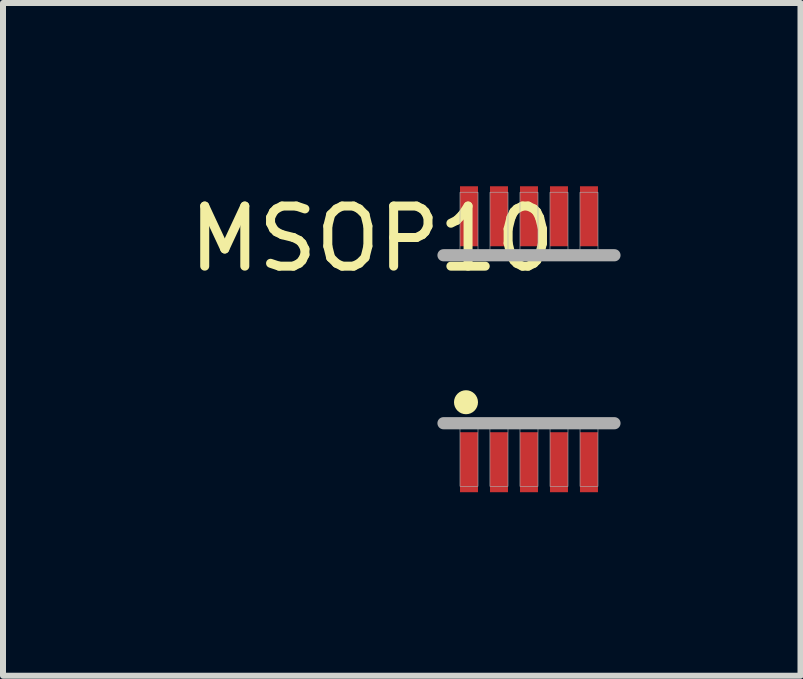
<source format=kicad_pcb>
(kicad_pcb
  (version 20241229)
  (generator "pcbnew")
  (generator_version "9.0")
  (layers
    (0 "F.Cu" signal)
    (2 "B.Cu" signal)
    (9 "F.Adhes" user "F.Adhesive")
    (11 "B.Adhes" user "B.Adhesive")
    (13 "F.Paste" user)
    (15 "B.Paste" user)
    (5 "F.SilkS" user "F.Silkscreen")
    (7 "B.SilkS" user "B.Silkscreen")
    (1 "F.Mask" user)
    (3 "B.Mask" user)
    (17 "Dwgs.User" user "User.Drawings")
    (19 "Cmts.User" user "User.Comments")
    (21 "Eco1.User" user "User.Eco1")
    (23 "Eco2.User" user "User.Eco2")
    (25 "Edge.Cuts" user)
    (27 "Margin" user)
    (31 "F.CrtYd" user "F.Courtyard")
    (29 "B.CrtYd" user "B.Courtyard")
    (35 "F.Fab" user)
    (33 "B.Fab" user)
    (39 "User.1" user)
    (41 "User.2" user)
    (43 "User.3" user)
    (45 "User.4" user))
  (footprint "MSOP10"
    (layer "F.Cu")
    (at 5.768 2.605)
    (property "Reference" "MSOP10" (at -2.614 -1.674 180) (layer "F.SilkS") (effects (font (size 1.002 1.002) (thickness 0.15))))
    (attr smd)
    (fp_poly (pts (xy -1.202 -2.6) (xy -0.8 -2.6) (xy -0.8 -1.502) (xy -1.202 -1.502)) (stroke (width 0.01) (type solid)) (fill yes) (layer "F.Mask"))
    (fp_poly (pts (xy -1.201 1.5) (xy -0.8 1.5) (xy -0.8 2.603) (xy -1.201 2.603)) (stroke (width 0.01) (type solid)) (fill yes) (layer "F.Mask"))
    (fp_poly (pts (xy -0.701 1.5) (xy -0.3 1.5) (xy -0.3 2.604) (xy -0.701 2.604)) (stroke (width 0.01) (type solid)) (fill yes) (layer "F.Mask"))
    (fp_poly (pts (xy -0.7 -2.6) (xy -0.3 -2.6) (xy -0.3 -1.501) (xy -0.7 -1.501)) (stroke (width 0.01) (type solid)) (fill yes) (layer "F.Mask"))
    (fp_poly (pts (xy -0.2 1.5) (xy 0.2 1.5) (xy 0.2 2.604) (xy -0.2 2.604)) (stroke (width 0.01) (type solid)) (fill yes) (layer "F.Mask"))
    (fp_poly (pts (xy -0.2 -2.6) (xy 0.2 -2.6) (xy 0.2 -1.502) (xy -0.2 -1.502)) (stroke (width 0.01) (type solid)) (fill yes) (layer "F.Mask"))
    (fp_poly (pts (xy 0.3 -2.6) (xy 0.7 -2.6) (xy 0.7 -1.5) (xy 0.3 -1.5)) (stroke (width 0.01) (type solid)) (fill yes) (layer "F.Mask"))
    (fp_poly (pts (xy 0.3 1.5) (xy 0.7 1.5) (xy 0.7 2.604) (xy 0.3 2.604)) (stroke (width 0.01) (type solid)) (fill yes) (layer "F.Mask"))
    (fp_poly (pts (xy 0.8 -2.6) (xy 1.2 -2.6) (xy 1.2 -1.501) (xy 0.8 -1.501)) (stroke (width 0.01) (type solid)) (fill yes) (layer "F.Mask"))
    (fp_poly (pts (xy 0.8 1.5) (xy 1.2 1.5) (xy 1.2 2.602) (xy 0.8 2.602)) (stroke (width 0.01) (type solid)) (fill yes) (layer "F.Mask"))
    (fp_circle (center -1.05 1.05) (end -0.85 1.05) (stroke (width 0) (type solid)) (fill yes) (layer "F.SilkS"))
    (fp_poly (pts (xy -1.127 1.625) (xy -0.875 1.625) (xy -0.875 2.504) (xy -1.127 2.504)) (stroke (width 0.01) (type solid)) (fill yes) (layer "F.Paste"))
    (fp_poly (pts (xy -1.125 -2.5) (xy -0.875 -2.5) (xy -0.875 -1.626) (xy -1.125 -1.626)) (stroke (width 0.01) (type solid)) (fill yes) (layer "F.Paste"))
    (fp_poly (pts (xy -0.625 1.625) (xy -0.375 1.625) (xy -0.375 2.502) (xy -0.625 2.502)) (stroke (width 0.01) (type solid)) (fill yes) (layer "F.Paste"))
    (fp_poly (pts (xy -0.625 -2.5) (xy -0.375 -2.5) (xy -0.375 -1.625) (xy -0.625 -1.625)) (stroke (width 0.01) (type solid)) (fill yes) (layer "F.Paste"))
    (fp_poly (pts (xy -0.125 -2.5) (xy 0.125 -2.5) (xy 0.125 -1.626) (xy -0.125 -1.626)) (stroke (width 0.01) (type solid)) (fill yes) (layer "F.Paste"))
    (fp_poly (pts (xy -0.125 1.625) (xy 0.125 1.625) (xy 0.125 2.5) (xy -0.125 2.5)) (stroke (width 0.01) (type solid)) (fill yes) (layer "F.Paste"))
    (fp_poly (pts (xy 0.376 -2.5) (xy 0.625 -2.5) (xy 0.625 -1.627) (xy 0.376 -1.627)) (stroke (width 0.01) (type solid)) (fill yes) (layer "F.Paste"))
    (fp_poly (pts (xy 0.376 1.625) (xy 0.625 1.625) (xy 0.625 2.504) (xy 0.376 2.504)) (stroke (width 0.01) (type solid)) (fill yes) (layer "F.Paste"))
    (fp_poly (pts (xy 0.875 1.625) (xy 1.125 1.625) (xy 1.125 2.501) (xy 0.875 2.501)) (stroke (width 0.01) (type solid)) (fill yes) (layer "F.Paste"))
    (fp_poly (pts (xy 0.875 -2.5) (xy 1.125 -2.5) (xy 1.125 -1.626) (xy 0.875 -1.626)) (stroke (width 0.01) (type solid)) (fill yes) (layer "F.Paste"))
    (fp_line (start -1.425 1.4) (end 1.425 1.4) (stroke (width 0.203) (type solid)) (layer "F.Fab"))
    (fp_line (start 1.425 -1.4) (end -1.425 -1.4) (stroke (width 0.203) (type solid)) (layer "F.Fab"))
    (fp_poly (pts (xy -1.15 -2.45) (xy -0.85 -2.45) (xy -0.85 -1.476) (xy -1.15 -1.476)) (stroke (width 0.01) (type solid)) (fill no) (layer "F.Fab"))
    (fp_poly (pts (xy -1.15 1.475) (xy -0.85 1.475) (xy -0.85 2.451) (xy -1.15 2.451)) (stroke (width 0.01) (type solid)) (fill no) (layer "F.Fab"))
    (fp_poly (pts (xy -0.651 1.475) (xy -0.35 1.475) (xy -0.35 2.452) (xy -0.651 2.452)) (stroke (width 0.01) (type solid)) (fill no) (layer "F.Fab"))
    (fp_poly (pts (xy -0.65 -2.45) (xy -0.35 -2.45) (xy -0.35 -1.476) (xy -0.65 -1.476)) (stroke (width 0.01) (type solid)) (fill no) (layer "F.Fab"))
    (fp_poly (pts (xy -0.15 1.475) (xy 0.15 1.475) (xy 0.15 2.453) (xy -0.15 2.453)) (stroke (width 0.01) (type solid)) (fill no) (layer "F.Fab"))
    (fp_poly (pts (xy -0.15 -2.45) (xy 0.15 -2.45) (xy 0.15 -1.476) (xy -0.15 -1.476)) (stroke (width 0.01) (type solid)) (fill no) (layer "F.Fab"))
    (fp_poly (pts (xy 0.35 -2.45) (xy 0.65 -2.45) (xy 0.65 -1.476) (xy 0.35 -1.476)) (stroke (width 0.01) (type solid)) (fill no) (layer "F.Fab"))
    (fp_poly (pts (xy 0.351 1.475) (xy 0.65 1.475) (xy 0.65 2.454) (xy 0.351 2.454)) (stroke (width 0.01) (type solid)) (fill no) (layer "F.Fab"))
    (fp_poly (pts (xy 0.85 -2.45) (xy 1.15 -2.45) (xy 1.15 -1.476) (xy 0.85 -1.476)) (stroke (width 0.01) (type solid)) (fill no) (layer "F.Fab"))
    (fp_poly (pts (xy 0.851 1.475) (xy 1.15 1.475) (xy 1.15 2.452) (xy 0.851 2.452)) (stroke (width 0.01) (type solid)) (fill no) (layer "F.Fab"))
    (pad "1" smd rect (at -1 2.05) (size 0.3 1) (layers "F.Cu"))
    (pad "2" smd rect (at -0.5 2.05) (size 0.3 1) (layers "F.Cu"))
    (pad "3" smd rect (at 0 2.05) (size 0.3 1) (layers "F.Cu"))
    (pad "4" smd rect (at 0.5 2.05) (size 0.3 1) (layers "F.Cu"))
    (pad "5" smd rect (at 1 2.05) (size 0.3 1) (layers "F.Cu"))
    (pad "6" smd rect (at 1 -2.05 180) (size 0.3 1) (layers "F.Cu"))
    (pad "7" smd rect (at 0.5 -2.05 180) (size 0.3 1) (layers "F.Cu"))
    (pad "8" smd rect (at 0 -2.05 180) (size 0.3 1) (layers "F.Cu"))
    (pad "9" smd rect (at -0.5 -2.05 180) (size 0.3 1) (layers "F.Cu"))
    (pad "10" smd rect (at -1 -2.05 180) (size 0.3 1) (layers "F.Cu")))
  (gr_rect
    (start -3 -3)
    (end 10.294 8.214)
    (stroke (width 0.1) (type default))
    (fill no)
    (layer "Edge.Cuts")))
</source>
